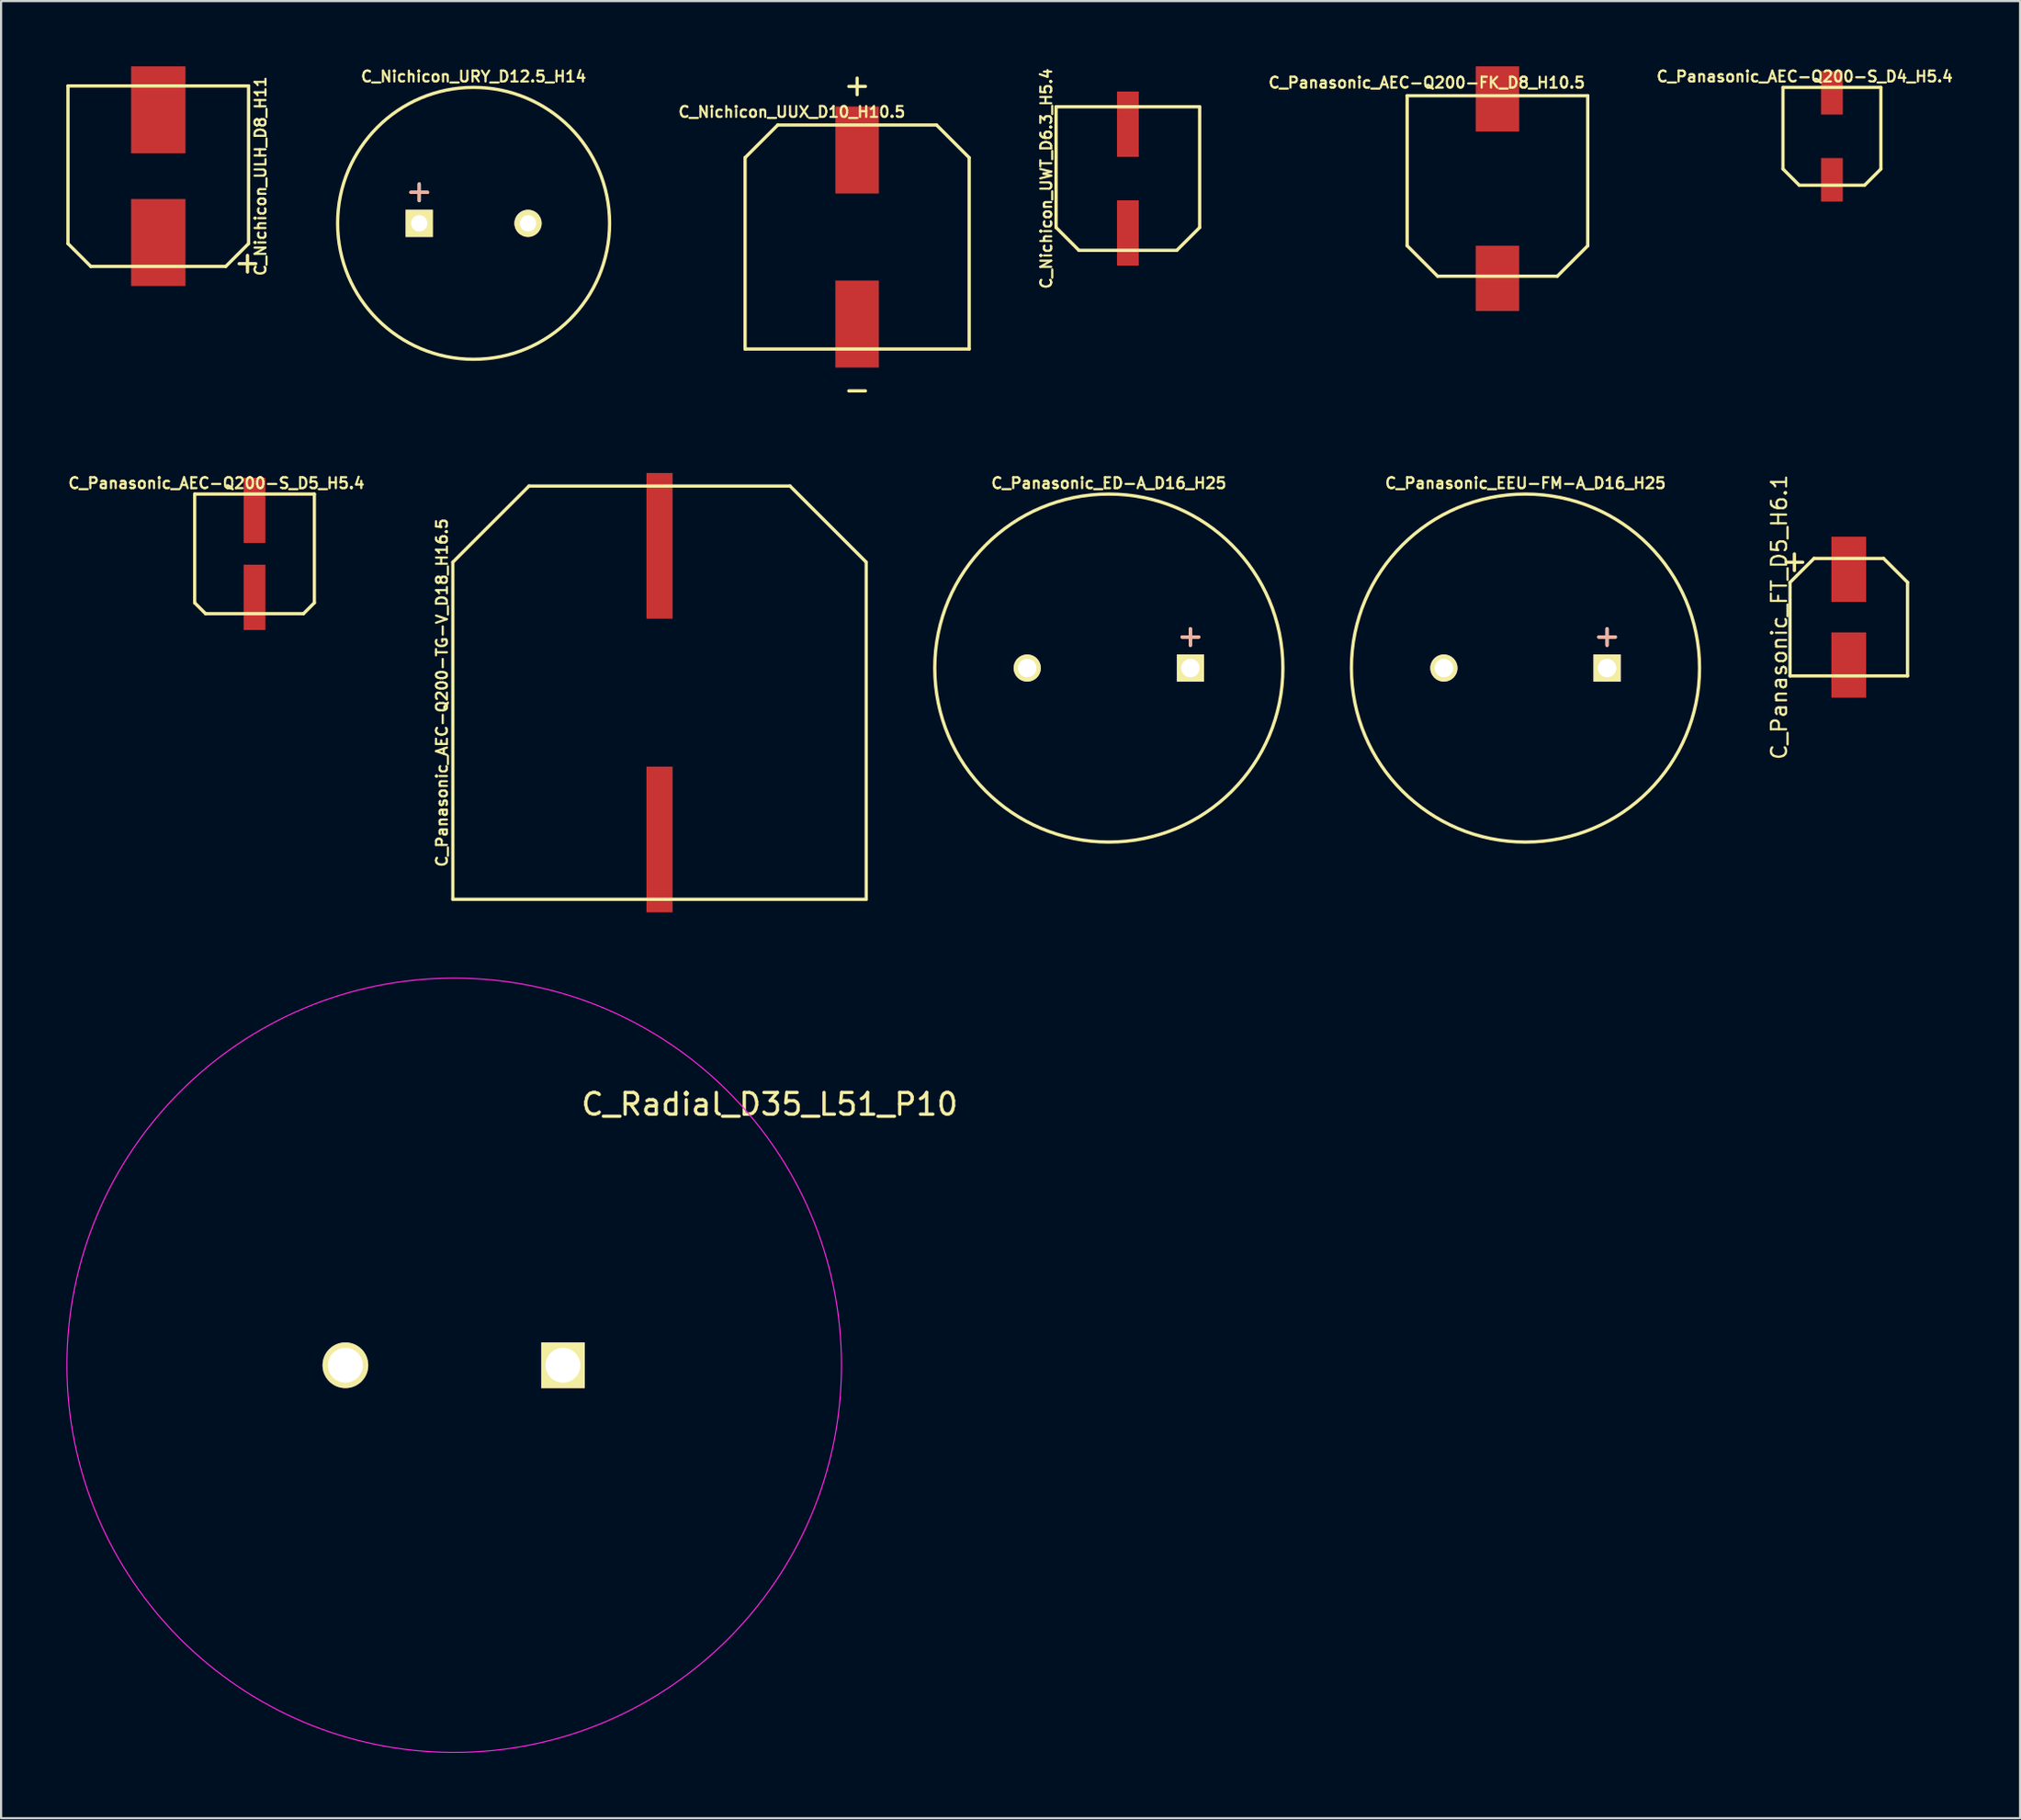
<source format=kicad_pcb>
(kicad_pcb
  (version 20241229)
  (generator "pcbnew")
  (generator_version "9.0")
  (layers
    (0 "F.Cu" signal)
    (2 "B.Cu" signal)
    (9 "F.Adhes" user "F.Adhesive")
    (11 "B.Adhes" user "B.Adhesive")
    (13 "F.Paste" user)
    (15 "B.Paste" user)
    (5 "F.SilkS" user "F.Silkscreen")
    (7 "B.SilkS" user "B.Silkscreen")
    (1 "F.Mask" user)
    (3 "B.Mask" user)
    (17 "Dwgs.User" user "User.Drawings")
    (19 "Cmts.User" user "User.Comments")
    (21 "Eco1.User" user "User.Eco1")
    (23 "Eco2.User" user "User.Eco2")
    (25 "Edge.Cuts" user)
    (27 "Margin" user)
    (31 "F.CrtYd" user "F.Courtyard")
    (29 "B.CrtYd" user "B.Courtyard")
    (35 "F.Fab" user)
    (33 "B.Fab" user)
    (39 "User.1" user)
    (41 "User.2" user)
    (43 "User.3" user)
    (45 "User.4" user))
  (footprint "C_Nichicon_URY_D12.5_H14"
    (layer "F.Cu")
    (at 18.718 7.218)
    (property "Reference" "C_Nichicon_URY_D12.5_H14" (at 0 -6.75 0) (layer "F.SilkS") (effects (font (size 0.5 0.5) (thickness 0.1))))
    (attr through_hole)
    (fp_circle (center 0 0) (end 0 -6.25) (stroke (width 0.15) (type solid)) (fill no) (layer "F.SilkS"))
    (fp_text user "+" (at -2.5 -1.5 0) (layer "F.SilkS") (effects (font (size 1 1) (thickness 0.15))))
    (fp_text user "+" (at -2.5 -1.5 0) (layer "B.SilkS") (effects (font (size 1 1) (thickness 0.15)) (justify mirror)))
    (pad "1" thru_hole rect (at -2.5 0) (size 1.25 1.25) (drill 0.75) (layers "*.Cu" "*.Mask" "F.SilkS"))
    (pad "2" thru_hole circle (at 2.5 0) (size 1.25 1.25) (drill 0.75) (layers "*.Cu" "*.Mask" "F.SilkS")))
  (footprint "C_Radial_D35_L51_P10"
    (layer "F.Cu")
    (at 17.825 59.721)
    (property "Reference" "C_Radial_D35_L51_P10" (at 14.5 -12 0) (layer "F.SilkS") (effects (font (size 1 1) (thickness 0.15))))
    (attr through_hole)
    (fp_circle (center 0 0) (end 0 -17.538) (stroke (width 0.15) (type solid)) (fill no) (layer "Eco1.User"))
    (fp_circle (center 0 0) (end 0 -17.8) (stroke (width 0.05) (type solid)) (fill no) (layer "F.CrtYd"))
    (pad "1" thru_hole circle (at -5 0) (size 2.1 2.1) (drill 1.6) (layers "*.Cu" "*.Mask" "F.SilkS"))
    (pad "2" thru_hole rect (at 5 0) (size 2 2.1) (drill 1.6) (layers "*.Cu" "*.Mask" "F.SilkS")))
  (footprint "C_Panasonic_ED-A_D16_H25"
    (layer "F.Cu")
    (at 47.913 27.665)
    (property "Reference" "C_Panasonic_ED-A_D16_H25" (at 0 -8.5 180) (layer "F.SilkS") (effects (font (size 0.5 0.5) (thickness 0.1))))
    (attr through_hole)
    (fp_circle (center 0 0) (end 0 -8) (stroke (width 0.15) (type solid)) (fill no) (layer "F.SilkS"))
    (fp_text user "+" (at 3.75 -1.5 0) (layer "F.SilkS") (effects (font (size 1 1) (thickness 0.15))))
    (fp_text user "+" (at 3.75 -1.5 0) (layer "B.SilkS") (effects (font (size 1 1) (thickness 0.15)) (justify mirror)))
    (pad "1" thru_hole rect (at 3.75 0) (size 1.25 1.25) (drill 0.85) (layers "*.Cu" "*.Mask" "F.SilkS"))
    (pad "2" thru_hole circle (at -3.75 0) (size 1.25 1.25) (drill 0.85) (layers "*.Cu" "*.Mask" "F.SilkS")))
  (footprint "C_Nichicon_UUX_D10_H10.5"
    (layer "F.Cu")
    (at 36.345 7.848)
    (property "Reference" "C_Nichicon_UUX_D10_H10.5" (at -3 -5.75 0) (layer "F.SilkS") (effects (font (size 0.5 0.5) (thickness 0.1))))
    (attr through_hole)
    (fp_line (start -5.15 -3.65) (end -5.15 5.15) (stroke (width 0.15) (type solid)) (layer "F.SilkS"))
    (fp_line (start -5.15 5.15) (end 5.15 5.15) (stroke (width 0.15) (type solid)) (layer "F.SilkS"))
    (fp_line (start -3.65 -5.15) (end -5.15 -3.65) (stroke (width 0.15) (type solid)) (layer "F.SilkS"))
    (fp_line (start -3.65 -5.15) (end 3.65 -5.15) (stroke (width 0.15) (type solid)) (layer "F.SilkS"))
    (fp_line (start 3.65 -5.15) (end 5.15 -3.65) (stroke (width 0.15) (type solid)) (layer "F.SilkS"))
    (fp_line (start 5.15 -3.65) (end 5.15 5.15) (stroke (width 0.15) (type solid)) (layer "F.SilkS"))
    (fp_text user "+" (at 0 -7 0) (layer "F.SilkS") (effects (font (size 1 1) (thickness 0.15))))
    (fp_text user "-" (at 0 7 0) (layer "F.SilkS") (effects (font (size 1 1) (thickness 0.15))))
    (pad "1" smd rect (at 0 -4) (size 2 4) (layers "F.Cu" "F.Mask" "F.Paste"))
    (pad "2" smd rect (at 0 4) (size 2 4) (layers "F.Cu" "F.Mask" "F.Paste")))
  (footprint "C_Panasonic_AEC-Q200-TG-V_D18_H16.5"
    (layer "F.Cu")
    (at 27.263 28.797)
    (property "Reference" "C_Panasonic_AEC-Q200-TG-V_D18_H16.5" (at -10 0 90) (layer "F.SilkS") (effects (font (size 0.5 0.5) (thickness 0.1))))
    (attr through_hole)
    (fp_line (start -9.5 -6) (end -6 -9.5) (stroke (width 0.15) (type solid)) (layer "F.SilkS"))
    (fp_line (start -9.5 9.5) (end -9.5 -6) (stroke (width 0.15) (type solid)) (layer "F.SilkS"))
    (fp_line (start -6 -9.5) (end 6 -9.5) (stroke (width 0.15) (type solid)) (layer "F.SilkS"))
    (fp_line (start 9.5 -6) (end 6 -9.5) (stroke (width 0.15) (type solid)) (layer "F.SilkS"))
    (fp_line (start 9.5 -6) (end 9.5 9.5) (stroke (width 0.15) (type solid)) (layer "F.SilkS"))
    (fp_line (start 9.5 9.5) (end -9.5 9.5) (stroke (width 0.15) (type solid)) (layer "F.SilkS"))
    (pad "1" smd rect (at 0 -6.75) (size 1.2 6.7) (layers "F.Cu" "F.Mask" "F.Paste"))
    (pad "2" smd rect (at 0 6.75) (size 1.2 6.7) (layers "F.Cu" "F.Mask" "F.Paste")))
  (footprint "C_Panasonic_EEU-FM-A_D16_H25"
    (layer "F.Cu")
    (at 67.063 27.665)
    (property "Reference" "C_Panasonic_EEU-FM-A_D16_H25" (at 0 -8.5 180) (layer "F.SilkS") (effects (font (size 0.5 0.5) (thickness 0.1))))
    (attr through_hole)
    (fp_circle (center 0 0) (end 0 -8) (stroke (width 0.15) (type solid)) (fill no) (layer "F.SilkS"))
    (fp_text user "+" (at 3.75 -1.5 0) (layer "F.SilkS") (effects (font (size 1 1) (thickness 0.15))))
    (fp_text user "+" (at 3.75 -1.5 0) (layer "B.SilkS") (effects (font (size 1 1) (thickness 0.15)) (justify mirror)))
    (pad "1" thru_hole rect (at 3.75 0) (size 1.25 1.25) (drill 0.85) (layers "*.Cu" "*.Mask" "F.SilkS"))
    (pad "2" thru_hole circle (at -3.75 0) (size 1.25 1.25) (drill 0.85) (layers "*.Cu" "*.Mask" "F.SilkS")))
  (footprint "C_Panasonic_AEC-Q200-S_D5_H5.4"
    (layer "F.Cu")
    (at 8.648 22.415)
    (property "Reference" "C_Panasonic_AEC-Q200-S_D5_H5.4" (at -1.75 -3.25 0) (layer "F.SilkS") (effects (font (size 0.5 0.5) (thickness 0.1))))
    (attr through_hole)
    (fp_line (start -2.75 -2.75) (end -2.75 2.25) (stroke (width 0.15) (type solid)) (layer "F.SilkS"))
    (fp_line (start -2.75 -2.75) (end 2.75 -2.75) (stroke (width 0.15) (type solid)) (layer "F.SilkS"))
    (fp_line (start -2.75 2.25) (end -2.25 2.75) (stroke (width 0.15) (type solid)) (layer "F.SilkS"))
    (fp_line (start -2.25 2.75) (end 2.25 2.75) (stroke (width 0.15) (type solid)) (layer "F.SilkS"))
    (fp_line (start 2.75 -2.75) (end 2.75 2.25) (stroke (width 0.15) (type solid)) (layer "F.SilkS"))
    (fp_line (start 2.75 2.25) (end 2.25 2.75) (stroke (width 0.15) (type solid)) (layer "F.SilkS"))
    (pad "1" smd rect (at 0 2) (size 1 3) (layers "F.Cu" "F.Mask" "F.Paste"))
    (pad "2" smd rect (at 0 -2) (size 1 3) (layers "F.Cu" "F.Mask" "F.Paste")))
  (footprint "C_Panasonic_FT_D5_H6.1"
    (layer "F.Cu")
    (at 81.923 25.326)
    (property "Reference" "C_Panasonic_FT_D5_H6.1" (at -3.2 0 90) (layer "F.SilkS") (effects (font (size 0.7 0.7) (thickness 0.1))))
    (attr through_hole)
    (fp_line (start -2.7 -1.6) (end -2.7 2.7) (stroke (width 0.15) (type solid)) (layer "F.SilkS"))
    (fp_line (start -1.6 -2.7) (end -2.7 -1.6) (stroke (width 0.15) (type solid)) (layer "F.SilkS"))
    (fp_line (start 1.6 -2.7) (end -1.6 -2.7) (stroke (width 0.15) (type solid)) (layer "F.SilkS"))
    (fp_line (start 1.6 -2.7) (end 2.7 -1.6) (stroke (width 0.15) (type solid)) (layer "F.SilkS"))
    (fp_line (start 2.7 -1.6) (end 2.7 2.7) (stroke (width 0.15) (type solid)) (layer "F.SilkS"))
    (fp_line (start 2.7 2.7) (end -2.7 2.7) (stroke (width 0.15) (type solid)) (layer "F.SilkS"))
    (fp_text user "+" (at -2.5 -2.6 0) (layer "F.SilkS") (effects (font (size 1 1) (thickness 0.15))))
    (pad "1" smd rect (at 0 -2.2) (size 1.6 3) (layers "F.Cu" "F.Mask" "F.Paste"))
    (pad "2" smd rect (at 0 2.2) (size 1.6 3) (layers "F.Cu" "F.Mask" "F.Paste")))
  (footprint "C_Panasonic_AEC-Q200-FK_D8_H10.5"
    (layer "F.Cu")
    (at 65.775 5.5)
    (property "Reference" "C_Panasonic_AEC-Q200-FK_D8_H10.5" (at -3.25 -4.75 0) (layer "F.SilkS") (effects (font (size 0.5 0.5) (thickness 0.1))))
    (attr through_hole)
    (fp_line (start -4.15 -4.15) (end 4.15 -4.15) (stroke (width 0.15) (type solid)) (layer "F.SilkS"))
    (fp_line (start -4.15 2.75) (end -4.15 -4.15) (stroke (width 0.15) (type solid)) (layer "F.SilkS"))
    (fp_line (start -2.75 4.15) (end -4.15 2.75) (stroke (width 0.15) (type solid)) (layer "F.SilkS"))
    (fp_line (start 2.75 4.15) (end -2.75 4.15) (stroke (width 0.15) (type solid)) (layer "F.SilkS"))
    (fp_line (start 2.75 4.15) (end 4.15 2.75) (stroke (width 0.15) (type solid)) (layer "F.SilkS"))
    (fp_line (start 4.15 -4.15) (end 4.15 2.75) (stroke (width 0.15) (type solid)) (layer "F.SilkS"))
    (pad "1" smd rect (at 0 4.25) (size 2 3) (layers "F.Cu" "F.Mask" "F.Paste"))
    (pad "2" smd rect (at 0 -4) (size 2 3) (layers "F.Cu" "F.Mask" "F.Paste")))
  (footprint "C_Nichicon_UWT_D6.3_H5.4"
    (layer "F.Cu")
    (at 48.788 5.16)
    (property "Reference" "C_Nichicon_UWT_D6.3_H5.4" (at -3.75 0 90) (layer "F.SilkS") (effects (font (size 0.5 0.5) (thickness 0.1))))
    (attr through_hole)
    (fp_line (start -3.3 -3.3) (end 3.3 -3.3) (stroke (width 0.15) (type solid)) (layer "F.SilkS"))
    (fp_line (start -3.3 2.25) (end -3.3 -3.3) (stroke (width 0.15) (type solid)) (layer "F.SilkS"))
    (fp_line (start -2.25 3.3) (end -3.3 2.25) (stroke (width 0.15) (type solid)) (layer "F.SilkS"))
    (fp_line (start 2.25 3.3) (end -2.25 3.3) (stroke (width 0.15) (type solid)) (layer "F.SilkS"))
    (fp_line (start 3.3 -3.3) (end 3.3 2.25) (stroke (width 0.15) (type solid)) (layer "F.SilkS"))
    (fp_line (start 3.3 2.25) (end 2.25 3.3) (stroke (width 0.15) (type solid)) (layer "F.SilkS"))
    (pad "1" smd rect (at 0 2.5) (size 1 3) (layers "F.Cu" "F.Mask" "F.Paste"))
    (pad "2" smd rect (at 0 -2.5) (size 1 3) (layers "F.Cu" "F.Mask" "F.Paste")))
  (footprint "C_Nichicon_ULH_D8_H11"
    (layer "F.Cu")
    (at 4.225 5.05)
    (property "Reference" "C_Nichicon_ULH_D8_H11" (at 4.7 0 90) (layer "F.SilkS") (effects (font (size 0.5 0.5) (thickness 0.1))))
    (attr through_hole)
    (fp_line (start -4.15 -4.15) (end -4.15 3.1) (stroke (width 0.15) (type solid)) (layer "F.SilkS"))
    (fp_line (start -4.15 -4.15) (end 4.15 -4.15) (stroke (width 0.15) (type solid)) (layer "F.SilkS"))
    (fp_line (start -3.1 4.15) (end -4.15 3.1) (stroke (width 0.15) (type solid)) (layer "F.SilkS"))
    (fp_line (start -3.1 4.15) (end 3.1 4.15) (stroke (width 0.15) (type solid)) (layer "F.SilkS"))
    (fp_line (start 3.1 4.15) (end 4.15 3.1) (stroke (width 0.15) (type solid)) (layer "F.SilkS"))
    (fp_line (start 4.15 3.1) (end 4.15 -4.15) (stroke (width 0.15) (type solid)) (layer "F.SilkS"))
    (fp_text user "+" (at 4.1 3.95 0) (layer "F.SilkS") (effects (font (size 1 1) (thickness 0.15))))
    (pad "1" smd rect (at 0 3.05) (size 2.5 4) (layers "F.Cu" "F.Mask" "F.Paste"))
    (pad "2" smd rect (at 0 -3.05) (size 2.5 4) (layers "F.Cu" "F.Mask" "F.Paste")))
  (footprint "C_Panasonic_AEC-Q200-S_D4_H5.4"
    (layer "F.Cu")
    (at 81.148 3.218)
    (property "Reference" "C_Panasonic_AEC-Q200-S_D4_H5.4" (at -1.25 -2.75 0) (layer "F.SilkS") (effects (font (size 0.5 0.5) (thickness 0.1))))
    (attr through_hole)
    (fp_line (start -2.25 1.5) (end -2.25 -2.25) (stroke (width 0.15) (type solid)) (layer "F.SilkS"))
    (fp_line (start -1.5 2.25) (end -2.25 1.5) (stroke (width 0.15) (type solid)) (layer "F.SilkS"))
    (fp_line (start 1.5 2.25) (end -1.5 2.25) (stroke (width 0.15) (type solid)) (layer "F.SilkS"))
    (fp_line (start 2.25 -2.25) (end -2.25 -2.25) (stroke (width 0.15) (type solid)) (layer "F.SilkS"))
    (fp_line (start 2.25 -2.25) (end 2.25 1.5) (stroke (width 0.15) (type solid)) (layer "F.SilkS"))
    (fp_line (start 2.25 1.5) (end 1.5 2.25) (stroke (width 0.15) (type solid)) (layer "F.SilkS"))
    (pad "1" smd rect (at 0 2) (size 1 2) (layers "F.Cu" "F.Mask" "F.Paste"))
    (pad "2" smd rect (at 0 -2) (size 1 2) (layers "F.Cu" "F.Mask" "F.Paste")))
  (gr_rect
    (start -3 -3)
    (end 89.796 80.546)
    (stroke (width 0.1) (type default))
    (fill no)
    (layer "Edge.Cuts")))
</source>
